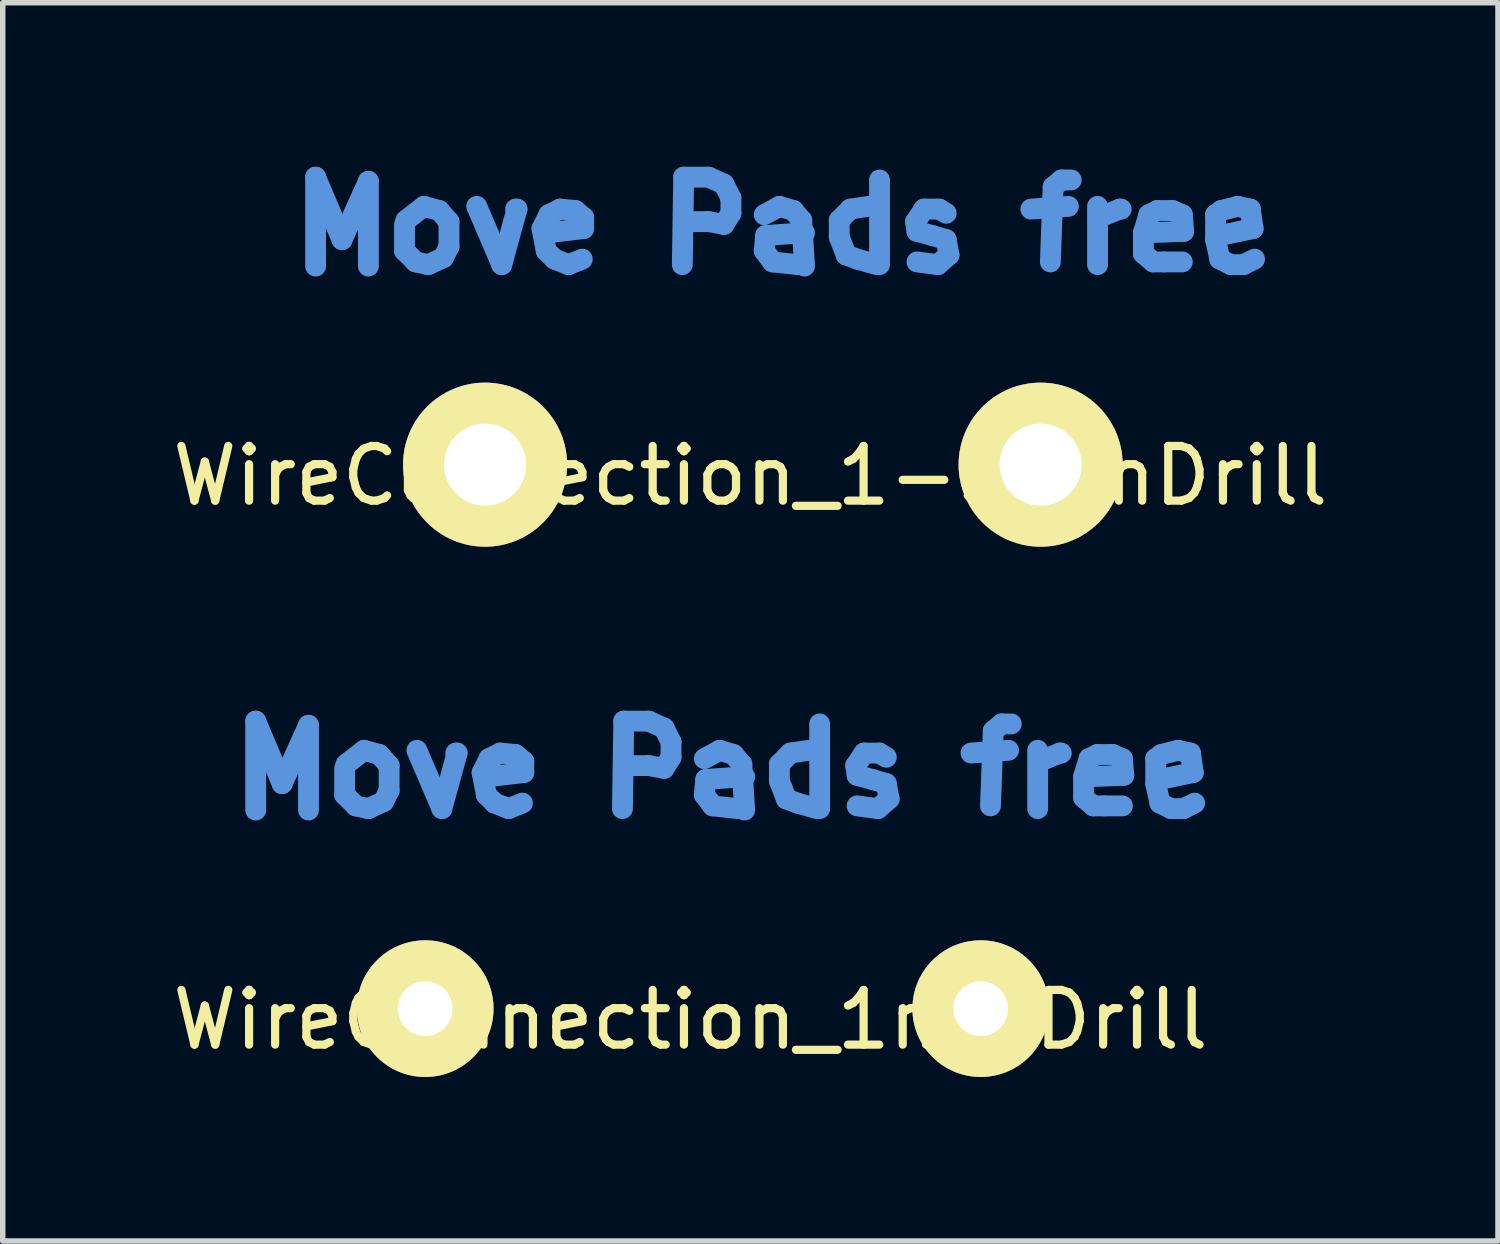
<source format=kicad_pcb>
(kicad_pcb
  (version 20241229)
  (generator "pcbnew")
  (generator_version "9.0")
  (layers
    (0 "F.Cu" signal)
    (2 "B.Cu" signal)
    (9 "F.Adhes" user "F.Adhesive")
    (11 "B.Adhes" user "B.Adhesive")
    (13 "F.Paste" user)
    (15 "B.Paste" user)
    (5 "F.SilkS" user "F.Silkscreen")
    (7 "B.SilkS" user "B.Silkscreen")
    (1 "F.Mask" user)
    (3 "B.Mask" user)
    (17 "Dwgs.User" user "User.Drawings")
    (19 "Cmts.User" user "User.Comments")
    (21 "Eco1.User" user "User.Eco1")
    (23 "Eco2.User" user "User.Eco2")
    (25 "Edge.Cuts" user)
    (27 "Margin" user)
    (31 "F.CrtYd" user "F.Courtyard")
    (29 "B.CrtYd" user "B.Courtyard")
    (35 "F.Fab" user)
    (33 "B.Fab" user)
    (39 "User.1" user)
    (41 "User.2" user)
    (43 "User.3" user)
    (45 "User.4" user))
  (footprint "WireConnection_1-5mmDrill"
    (layer "F.Cu")
    (at 5.821 5.448)
    (property "Reference" "WireConnection_1-5mmDrill" (at 4.851 0.203 0) (layer "F.SilkS") (effects (font (size 1 1) (thickness 0.15))))
    (attr through_hole)
    (fp_line (start -3.099 -5.258) (end -2.616 -4.115) (stroke (width 0.381) (type solid)) (layer "Cmts.User"))
    (fp_line (start -3.099 -3.632) (end -3.099 -5.258) (stroke (width 0.381) (type solid)) (layer "Cmts.User"))
    (fp_line (start -2.616 -4.115) (end -2.134 -5.182) (stroke (width 0.381) (type solid)) (layer "Cmts.User"))
    (fp_line (start -2.134 -5.182) (end -2.134 -3.632) (stroke (width 0.381) (type solid)) (layer "Cmts.User"))
    (fp_line (start -1.473 -4.394) (end -1.473 -3.912) (stroke (width 0.381) (type solid)) (layer "Cmts.User"))
    (fp_line (start -1.473 -3.912) (end -1.27 -3.708) (stroke (width 0.381) (type solid)) (layer "Cmts.User"))
    (fp_line (start -1.27 -3.708) (end -1.041 -3.658) (stroke (width 0.381) (type solid)) (layer "Cmts.User"))
    (fp_line (start -1.118 -4.724) (end -1.448 -4.47) (stroke (width 0.381) (type solid)) (layer "Cmts.User"))
    (fp_line (start -1.041 -3.658) (end -0.762 -3.785) (stroke (width 0.381) (type solid)) (layer "Cmts.User"))
    (fp_line (start -0.838 -4.648) (end -1.118 -4.724) (stroke (width 0.381) (type solid)) (layer "Cmts.User"))
    (fp_line (start -0.762 -3.785) (end -0.66 -3.988) (stroke (width 0.381) (type solid)) (layer "Cmts.User"))
    (fp_line (start -0.66 -4.445) (end -0.838 -4.648) (stroke (width 0.381) (type solid)) (layer "Cmts.User"))
    (fp_line (start -0.66 -3.988) (end -0.66 -4.445) (stroke (width 0.381) (type solid)) (layer "Cmts.User"))
    (fp_line (start -0.152 -4.724) (end 0.305 -3.658) (stroke (width 0.381) (type solid)) (layer "Cmts.User"))
    (fp_line (start 0.305 -3.658) (end 0.584 -4.674) (stroke (width 0.381) (type solid)) (layer "Cmts.User"))
    (fp_line (start 0.584 -4.674) (end 0.559 -4.674) (stroke (width 0.381) (type solid)) (layer "Cmts.User"))
    (fp_line (start 1.041 -4.318) (end 1.168 -4.572) (stroke (width 0.381) (type solid)) (layer "Cmts.User"))
    (fp_line (start 1.118 -3.912) (end 1.041 -4.318) (stroke (width 0.381) (type solid)) (layer "Cmts.User"))
    (fp_line (start 1.168 -4.572) (end 1.372 -4.674) (stroke (width 0.381) (type solid)) (layer "Cmts.User"))
    (fp_line (start 1.27 -3.759) (end 1.118 -3.912) (stroke (width 0.381) (type solid)) (layer "Cmts.User"))
    (fp_line (start 1.372 -4.674) (end 1.651 -4.648) (stroke (width 0.381) (type solid)) (layer "Cmts.User"))
    (fp_line (start 1.524 -3.658) (end 1.27 -3.759) (stroke (width 0.381) (type solid)) (layer "Cmts.User"))
    (fp_line (start 1.651 -4.648) (end 1.803 -4.521) (stroke (width 0.381) (type solid)) (layer "Cmts.User"))
    (fp_line (start 1.778 -3.759) (end 1.524 -3.658) (stroke (width 0.381) (type solid)) (layer "Cmts.User"))
    (fp_line (start 1.803 -4.521) (end 1.803 -4.318) (stroke (width 0.381) (type solid)) (layer "Cmts.User"))
    (fp_line (start 1.803 -4.318) (end 1.168 -4.242) (stroke (width 0.381) (type solid)) (layer "Cmts.User"))
    (fp_line (start 3.607 -3.658) (end 3.632 -5.258) (stroke (width 0.381) (type solid)) (layer "Cmts.User"))
    (fp_line (start 3.632 -5.258) (end 4.089 -5.258) (stroke (width 0.381) (type solid)) (layer "Cmts.User"))
    (fp_line (start 4.089 -5.258) (end 4.369 -5.131) (stroke (width 0.381) (type solid)) (layer "Cmts.User"))
    (fp_line (start 4.089 -4.445) (end 3.632 -4.445) (stroke (width 0.381) (type solid)) (layer "Cmts.User"))
    (fp_line (start 4.369 -5.131) (end 4.496 -4.877) (stroke (width 0.381) (type solid)) (layer "Cmts.User"))
    (fp_line (start 4.369 -4.394) (end 4.089 -4.445) (stroke (width 0.381) (type solid)) (layer "Cmts.User"))
    (fp_line (start 4.496 -4.877) (end 4.496 -4.597) (stroke (width 0.381) (type solid)) (layer "Cmts.User"))
    (fp_line (start 4.496 -4.597) (end 4.369 -4.394) (stroke (width 0.381) (type solid)) (layer "Cmts.User"))
    (fp_line (start 5.105 -4.572) (end 5.385 -4.724) (stroke (width 0.381) (type solid)) (layer "Cmts.User"))
    (fp_line (start 5.105 -3.912) (end 5.131 -4.191) (stroke (width 0.381) (type solid)) (layer "Cmts.User"))
    (fp_line (start 5.131 -4.191) (end 5.842 -4.242) (stroke (width 0.381) (type solid)) (layer "Cmts.User"))
    (fp_line (start 5.258 -3.708) (end 5.105 -3.912) (stroke (width 0.381) (type solid)) (layer "Cmts.User"))
    (fp_line (start 5.385 -4.724) (end 5.639 -4.648) (stroke (width 0.381) (type solid)) (layer "Cmts.User"))
    (fp_line (start 5.639 -4.648) (end 5.791 -4.47) (stroke (width 0.381) (type solid)) (layer "Cmts.User"))
    (fp_line (start 5.715 -3.658) (end 5.258 -3.708) (stroke (width 0.381) (type solid)) (layer "Cmts.User"))
    (fp_line (start 5.791 -4.47) (end 5.842 -3.632) (stroke (width 0.381) (type solid)) (layer "Cmts.User"))
    (fp_line (start 6.477 -4.47) (end 6.68 -4.674) (stroke (width 0.381) (type solid)) (layer "Cmts.User"))
    (fp_line (start 6.477 -4.166) (end 6.477 -4.47) (stroke (width 0.381) (type solid)) (layer "Cmts.User"))
    (fp_line (start 6.604 -3.835) (end 6.477 -4.166) (stroke (width 0.381) (type solid)) (layer "Cmts.User"))
    (fp_line (start 6.68 -4.674) (end 7.01 -4.724) (stroke (width 0.381) (type solid)) (layer "Cmts.User"))
    (fp_line (start 6.807 -3.759) (end 6.604 -3.835) (stroke (width 0.381) (type solid)) (layer "Cmts.User"))
    (fp_line (start 7.163 -3.658) (end 6.807 -3.759) (stroke (width 0.381) (type solid)) (layer "Cmts.User"))
    (fp_line (start 7.214 -5.207) (end 7.214 -3.658) (stroke (width 0.381) (type solid)) (layer "Cmts.User"))
    (fp_line (start 7.874 -4.445) (end 7.899 -4.267) (stroke (width 0.381) (type solid)) (layer "Cmts.User"))
    (fp_line (start 7.899 -4.267) (end 8.179 -4.191) (stroke (width 0.381) (type solid)) (layer "Cmts.User"))
    (fp_line (start 8.026 -4.674) (end 7.874 -4.445) (stroke (width 0.381) (type solid)) (layer "Cmts.User"))
    (fp_line (start 8.179 -4.191) (end 8.433 -4.115) (stroke (width 0.381) (type solid)) (layer "Cmts.User"))
    (fp_line (start 8.28 -3.658) (end 7.899 -3.708) (stroke (width 0.381) (type solid)) (layer "Cmts.User"))
    (fp_line (start 8.306 -4.674) (end 8.026 -4.674) (stroke (width 0.381) (type solid)) (layer "Cmts.User"))
    (fp_line (start 8.433 -4.597) (end 8.306 -4.674) (stroke (width 0.381) (type solid)) (layer "Cmts.User"))
    (fp_line (start 8.433 -4.115) (end 8.484 -3.835) (stroke (width 0.381) (type solid)) (layer "Cmts.User"))
    (fp_line (start 8.484 -3.835) (end 8.28 -3.658) (stroke (width 0.381) (type solid)) (layer "Cmts.User"))
    (fp_line (start 9.982 -4.674) (end 10.668 -4.724) (stroke (width 0.381) (type solid)) (layer "Cmts.User"))
    (fp_line (start 10.389 -5.08) (end 10.338 -3.708) (stroke (width 0.381) (type solid)) (layer "Cmts.User"))
    (fp_line (start 10.541 -5.207) (end 10.389 -5.08) (stroke (width 0.381) (type solid)) (layer "Cmts.User"))
    (fp_line (start 10.719 -5.207) (end 10.541 -5.207) (stroke (width 0.381) (type solid)) (layer "Cmts.User"))
    (fp_line (start 11.201 -4.724) (end 11.201 -3.658) (stroke (width 0.381) (type solid)) (layer "Cmts.User"))
    (fp_line (start 11.227 -4.521) (end 11.608 -4.674) (stroke (width 0.381) (type solid)) (layer "Cmts.User"))
    (fp_line (start 11.608 -4.674) (end 11.633 -4.674) (stroke (width 0.381) (type solid)) (layer "Cmts.User"))
    (fp_line (start 12.04 -4.242) (end 12.141 -4.572) (stroke (width 0.381) (type solid)) (layer "Cmts.User"))
    (fp_line (start 12.04 -3.861) (end 12.04 -4.242) (stroke (width 0.381) (type solid)) (layer "Cmts.User"))
    (fp_line (start 12.141 -4.572) (end 12.294 -4.648) (stroke (width 0.381) (type solid)) (layer "Cmts.User"))
    (fp_line (start 12.217 -3.708) (end 12.04 -3.861) (stroke (width 0.381) (type solid)) (layer "Cmts.User"))
    (fp_line (start 12.294 -4.648) (end 12.573 -4.648) (stroke (width 0.381) (type solid)) (layer "Cmts.User"))
    (fp_line (start 12.421 -3.708) (end 12.217 -3.708) (stroke (width 0.381) (type solid)) (layer "Cmts.User"))
    (fp_line (start 12.573 -4.648) (end 12.751 -4.572) (stroke (width 0.381) (type solid)) (layer "Cmts.User"))
    (fp_line (start 12.751 -4.572) (end 12.776 -4.267) (stroke (width 0.381) (type solid)) (layer "Cmts.User"))
    (fp_line (start 12.751 -3.708) (end 12.421 -3.708) (stroke (width 0.381) (type solid)) (layer "Cmts.User"))
    (fp_line (start 12.776 -4.267) (end 12.141 -4.242) (stroke (width 0.381) (type solid)) (layer "Cmts.User"))
    (fp_line (start 13.36 -4.572) (end 13.462 -4.648) (stroke (width 0.381) (type solid)) (layer "Cmts.User"))
    (fp_line (start 13.36 -4.115) (end 13.36 -4.572) (stroke (width 0.381) (type solid)) (layer "Cmts.User"))
    (fp_line (start 13.437 -4.191) (end 13.437 -4.242) (stroke (width 0.381) (type solid)) (layer "Cmts.User"))
    (fp_line (start 13.437 -3.759) (end 13.36 -4.115) (stroke (width 0.381) (type solid)) (layer "Cmts.User"))
    (fp_line (start 13.462 -4.648) (end 13.767 -4.724) (stroke (width 0.381) (type solid)) (layer "Cmts.User"))
    (fp_line (start 13.64 -3.658) (end 13.437 -3.759) (stroke (width 0.381) (type solid)) (layer "Cmts.User"))
    (fp_line (start 13.767 -4.724) (end 13.995 -4.674) (stroke (width 0.381) (type solid)) (layer "Cmts.User"))
    (fp_line (start 13.868 -3.658) (end 13.64 -3.658) (stroke (width 0.381) (type solid)) (layer "Cmts.User"))
    (fp_line (start 13.995 -4.674) (end 14.046 -4.318) (stroke (width 0.381) (type solid)) (layer "Cmts.User"))
    (fp_line (start 14.046 -4.318) (end 13.437 -4.191) (stroke (width 0.381) (type solid)) (layer "Cmts.User"))
    (fp_line (start 14.072 -3.759) (end 13.868 -3.658) (stroke (width 0.381) (type solid)) (layer "Cmts.User"))
    (pad "1" thru_hole circle (at 0 0) (size 3 3) (drill 1.501) (layers "*.Cu" "*.Mask" "F.SilkS"))
    (pad "2" thru_hole circle (at 10.16 0) (size 3 3) (drill 1.501) (layers "*.Cu" "*.Mask" "F.SilkS")))
  (footprint "WireConnection_1mmDrill"
    (layer "F.Cu")
    (at 9.806 15.396)
    (property "Reference" "WireConnection_1mmDrill" (at -0.229 0.203 0) (layer "F.SilkS") (effects (font (size 1 1) (thickness 0.15))))
    (attr through_hole)
    (fp_line (start -8.179 -5.258) (end -7.696 -4.115) (stroke (width 0.381) (type solid)) (layer "Cmts.User"))
    (fp_line (start -8.179 -3.632) (end -8.179 -5.258) (stroke (width 0.381) (type solid)) (layer "Cmts.User"))
    (fp_line (start -7.696 -4.115) (end -7.214 -5.182) (stroke (width 0.381) (type solid)) (layer "Cmts.User"))
    (fp_line (start -7.214 -5.182) (end -7.214 -3.632) (stroke (width 0.381) (type solid)) (layer "Cmts.User"))
    (fp_line (start -6.553 -4.394) (end -6.553 -3.912) (stroke (width 0.381) (type solid)) (layer "Cmts.User"))
    (fp_line (start -6.553 -3.912) (end -6.35 -3.708) (stroke (width 0.381) (type solid)) (layer "Cmts.User"))
    (fp_line (start -6.35 -3.708) (end -6.121 -3.658) (stroke (width 0.381) (type solid)) (layer "Cmts.User"))
    (fp_line (start -6.198 -4.724) (end -6.528 -4.47) (stroke (width 0.381) (type solid)) (layer "Cmts.User"))
    (fp_line (start -6.121 -3.658) (end -5.842 -3.785) (stroke (width 0.381) (type solid)) (layer "Cmts.User"))
    (fp_line (start -5.918 -4.648) (end -6.198 -4.724) (stroke (width 0.381) (type solid)) (layer "Cmts.User"))
    (fp_line (start -5.842 -3.785) (end -5.74 -3.988) (stroke (width 0.381) (type solid)) (layer "Cmts.User"))
    (fp_line (start -5.74 -4.445) (end -5.918 -4.648) (stroke (width 0.381) (type solid)) (layer "Cmts.User"))
    (fp_line (start -5.74 -3.988) (end -5.74 -4.445) (stroke (width 0.381) (type solid)) (layer "Cmts.User"))
    (fp_line (start -5.232 -4.724) (end -4.775 -3.658) (stroke (width 0.381) (type solid)) (layer "Cmts.User"))
    (fp_line (start -4.775 -3.658) (end -4.496 -4.674) (stroke (width 0.381) (type solid)) (layer "Cmts.User"))
    (fp_line (start -4.496 -4.674) (end -4.521 -4.674) (stroke (width 0.381) (type solid)) (layer "Cmts.User"))
    (fp_line (start -4.039 -4.318) (end -3.912 -4.572) (stroke (width 0.381) (type solid)) (layer "Cmts.User"))
    (fp_line (start -3.962 -3.912) (end -4.039 -4.318) (stroke (width 0.381) (type solid)) (layer "Cmts.User"))
    (fp_line (start -3.912 -4.572) (end -3.708 -4.674) (stroke (width 0.381) (type solid)) (layer "Cmts.User"))
    (fp_line (start -3.81 -3.759) (end -3.962 -3.912) (stroke (width 0.381) (type solid)) (layer "Cmts.User"))
    (fp_line (start -3.708 -4.674) (end -3.429 -4.648) (stroke (width 0.381) (type solid)) (layer "Cmts.User"))
    (fp_line (start -3.556 -3.658) (end -3.81 -3.759) (stroke (width 0.381) (type solid)) (layer "Cmts.User"))
    (fp_line (start -3.429 -4.648) (end -3.277 -4.521) (stroke (width 0.381) (type solid)) (layer "Cmts.User"))
    (fp_line (start -3.302 -3.759) (end -3.556 -3.658) (stroke (width 0.381) (type solid)) (layer "Cmts.User"))
    (fp_line (start -3.277 -4.521) (end -3.277 -4.318) (stroke (width 0.381) (type solid)) (layer "Cmts.User"))
    (fp_line (start -3.277 -4.318) (end -3.912 -4.242) (stroke (width 0.381) (type solid)) (layer "Cmts.User"))
    (fp_line (start -1.473 -3.658) (end -1.448 -5.258) (stroke (width 0.381) (type solid)) (layer "Cmts.User"))
    (fp_line (start -1.448 -5.258) (end -0.991 -5.258) (stroke (width 0.381) (type solid)) (layer "Cmts.User"))
    (fp_line (start -0.991 -5.258) (end -0.711 -5.131) (stroke (width 0.381) (type solid)) (layer "Cmts.User"))
    (fp_line (start -0.991 -4.445) (end -1.448 -4.445) (stroke (width 0.381) (type solid)) (layer "Cmts.User"))
    (fp_line (start -0.711 -5.131) (end -0.584 -4.877) (stroke (width 0.381) (type solid)) (layer "Cmts.User"))
    (fp_line (start -0.711 -4.394) (end -0.991 -4.445) (stroke (width 0.381) (type solid)) (layer "Cmts.User"))
    (fp_line (start -0.584 -4.877) (end -0.584 -4.597) (stroke (width 0.381) (type solid)) (layer "Cmts.User"))
    (fp_line (start -0.584 -4.597) (end -0.711 -4.394) (stroke (width 0.381) (type solid)) (layer "Cmts.User"))
    (fp_line (start 0.025 -4.572) (end 0.305 -4.724) (stroke (width 0.381) (type solid)) (layer "Cmts.User"))
    (fp_line (start 0.025 -3.912) (end 0.051 -4.191) (stroke (width 0.381) (type solid)) (layer "Cmts.User"))
    (fp_line (start 0.051 -4.191) (end 0.762 -4.242) (stroke (width 0.381) (type solid)) (layer "Cmts.User"))
    (fp_line (start 0.178 -3.708) (end 0.025 -3.912) (stroke (width 0.381) (type solid)) (layer "Cmts.User"))
    (fp_line (start 0.305 -4.724) (end 0.559 -4.648) (stroke (width 0.381) (type solid)) (layer "Cmts.User"))
    (fp_line (start 0.559 -4.648) (end 0.711 -4.47) (stroke (width 0.381) (type solid)) (layer "Cmts.User"))
    (fp_line (start 0.635 -3.658) (end 0.178 -3.708) (stroke (width 0.381) (type solid)) (layer "Cmts.User"))
    (fp_line (start 0.711 -4.47) (end 0.762 -3.632) (stroke (width 0.381) (type solid)) (layer "Cmts.User"))
    (fp_line (start 1.397 -4.47) (end 1.6 -4.674) (stroke (width 0.381) (type solid)) (layer "Cmts.User"))
    (fp_line (start 1.397 -4.166) (end 1.397 -4.47) (stroke (width 0.381) (type solid)) (layer "Cmts.User"))
    (fp_line (start 1.524 -3.835) (end 1.397 -4.166) (stroke (width 0.381) (type solid)) (layer "Cmts.User"))
    (fp_line (start 1.6 -4.674) (end 1.93 -4.724) (stroke (width 0.381) (type solid)) (layer "Cmts.User"))
    (fp_line (start 1.727 -3.759) (end 1.524 -3.835) (stroke (width 0.381) (type solid)) (layer "Cmts.User"))
    (fp_line (start 2.083 -3.658) (end 1.727 -3.759) (stroke (width 0.381) (type solid)) (layer "Cmts.User"))
    (fp_line (start 2.134 -5.207) (end 2.134 -3.658) (stroke (width 0.381) (type solid)) (layer "Cmts.User"))
    (fp_line (start 2.794 -4.445) (end 2.819 -4.267) (stroke (width 0.381) (type solid)) (layer "Cmts.User"))
    (fp_line (start 2.819 -4.267) (end 3.099 -4.191) (stroke (width 0.381) (type solid)) (layer "Cmts.User"))
    (fp_line (start 2.946 -4.674) (end 2.794 -4.445) (stroke (width 0.381) (type solid)) (layer "Cmts.User"))
    (fp_line (start 3.099 -4.191) (end 3.353 -4.115) (stroke (width 0.381) (type solid)) (layer "Cmts.User"))
    (fp_line (start 3.2 -3.658) (end 2.819 -3.708) (stroke (width 0.381) (type solid)) (layer "Cmts.User"))
    (fp_line (start 3.226 -4.674) (end 2.946 -4.674) (stroke (width 0.381) (type solid)) (layer "Cmts.User"))
    (fp_line (start 3.353 -4.597) (end 3.226 -4.674) (stroke (width 0.381) (type solid)) (layer "Cmts.User"))
    (fp_line (start 3.353 -4.115) (end 3.404 -3.835) (stroke (width 0.381) (type solid)) (layer "Cmts.User"))
    (fp_line (start 3.404 -3.835) (end 3.2 -3.658) (stroke (width 0.381) (type solid)) (layer "Cmts.User"))
    (fp_line (start 4.902 -4.674) (end 5.588 -4.724) (stroke (width 0.381) (type solid)) (layer "Cmts.User"))
    (fp_line (start 5.309 -5.08) (end 5.258 -3.708) (stroke (width 0.381) (type solid)) (layer "Cmts.User"))
    (fp_line (start 5.461 -5.207) (end 5.309 -5.08) (stroke (width 0.381) (type solid)) (layer "Cmts.User"))
    (fp_line (start 5.639 -5.207) (end 5.461 -5.207) (stroke (width 0.381) (type solid)) (layer "Cmts.User"))
    (fp_line (start 6.121 -4.724) (end 6.121 -3.658) (stroke (width 0.381) (type solid)) (layer "Cmts.User"))
    (fp_line (start 6.147 -4.521) (end 6.528 -4.674) (stroke (width 0.381) (type solid)) (layer "Cmts.User"))
    (fp_line (start 6.528 -4.674) (end 6.553 -4.674) (stroke (width 0.381) (type solid)) (layer "Cmts.User"))
    (fp_line (start 6.96 -4.242) (end 7.061 -4.572) (stroke (width 0.381) (type solid)) (layer "Cmts.User"))
    (fp_line (start 6.96 -3.861) (end 6.96 -4.242) (stroke (width 0.381) (type solid)) (layer "Cmts.User"))
    (fp_line (start 7.061 -4.572) (end 7.214 -4.648) (stroke (width 0.381) (type solid)) (layer "Cmts.User"))
    (fp_line (start 7.137 -3.708) (end 6.96 -3.861) (stroke (width 0.381) (type solid)) (layer "Cmts.User"))
    (fp_line (start 7.214 -4.648) (end 7.493 -4.648) (stroke (width 0.381) (type solid)) (layer "Cmts.User"))
    (fp_line (start 7.341 -3.708) (end 7.137 -3.708) (stroke (width 0.381) (type solid)) (layer "Cmts.User"))
    (fp_line (start 7.493 -4.648) (end 7.671 -4.572) (stroke (width 0.381) (type solid)) (layer "Cmts.User"))
    (fp_line (start 7.671 -4.572) (end 7.696 -4.267) (stroke (width 0.381) (type solid)) (layer "Cmts.User"))
    (fp_line (start 7.671 -3.708) (end 7.341 -3.708) (stroke (width 0.381) (type solid)) (layer "Cmts.User"))
    (fp_line (start 7.696 -4.267) (end 7.061 -4.242) (stroke (width 0.381) (type solid)) (layer "Cmts.User"))
    (fp_line (start 8.28 -4.572) (end 8.382 -4.648) (stroke (width 0.381) (type solid)) (layer "Cmts.User"))
    (fp_line (start 8.28 -4.115) (end 8.28 -4.572) (stroke (width 0.381) (type solid)) (layer "Cmts.User"))
    (fp_line (start 8.357 -4.191) (end 8.357 -4.242) (stroke (width 0.381) (type solid)) (layer "Cmts.User"))
    (fp_line (start 8.357 -3.759) (end 8.28 -4.115) (stroke (width 0.381) (type solid)) (layer "Cmts.User"))
    (fp_line (start 8.382 -4.648) (end 8.687 -4.724) (stroke (width 0.381) (type solid)) (layer "Cmts.User"))
    (fp_line (start 8.56 -3.658) (end 8.357 -3.759) (stroke (width 0.381) (type solid)) (layer "Cmts.User"))
    (fp_line (start 8.687 -4.724) (end 8.915 -4.674) (stroke (width 0.381) (type solid)) (layer "Cmts.User"))
    (fp_line (start 8.788 -3.658) (end 8.56 -3.658) (stroke (width 0.381) (type solid)) (layer "Cmts.User"))
    (fp_line (start 8.915 -4.674) (end 8.966 -4.318) (stroke (width 0.381) (type solid)) (layer "Cmts.User"))
    (fp_line (start 8.966 -4.318) (end 8.357 -4.191) (stroke (width 0.381) (type solid)) (layer "Cmts.User"))
    (fp_line (start 8.992 -3.759) (end 8.788 -3.658) (stroke (width 0.381) (type solid)) (layer "Cmts.User"))
    (pad "1" thru_hole circle (at -5.08 0) (size 2.499 2.499) (drill 1.001) (layers "*.Cu" "*.Mask" "F.SilkS"))
    (pad "2" thru_hole circle (at 5.08 0) (size 2.499 2.499) (drill 1.001) (layers "*.Cu" "*.Mask" "F.SilkS")))
  (gr_rect
    (start -3 -3)
    (end 24.345 19.646)
    (stroke (width 0.1) (type default))
    (fill no)
    (layer "Edge.Cuts")))
</source>
